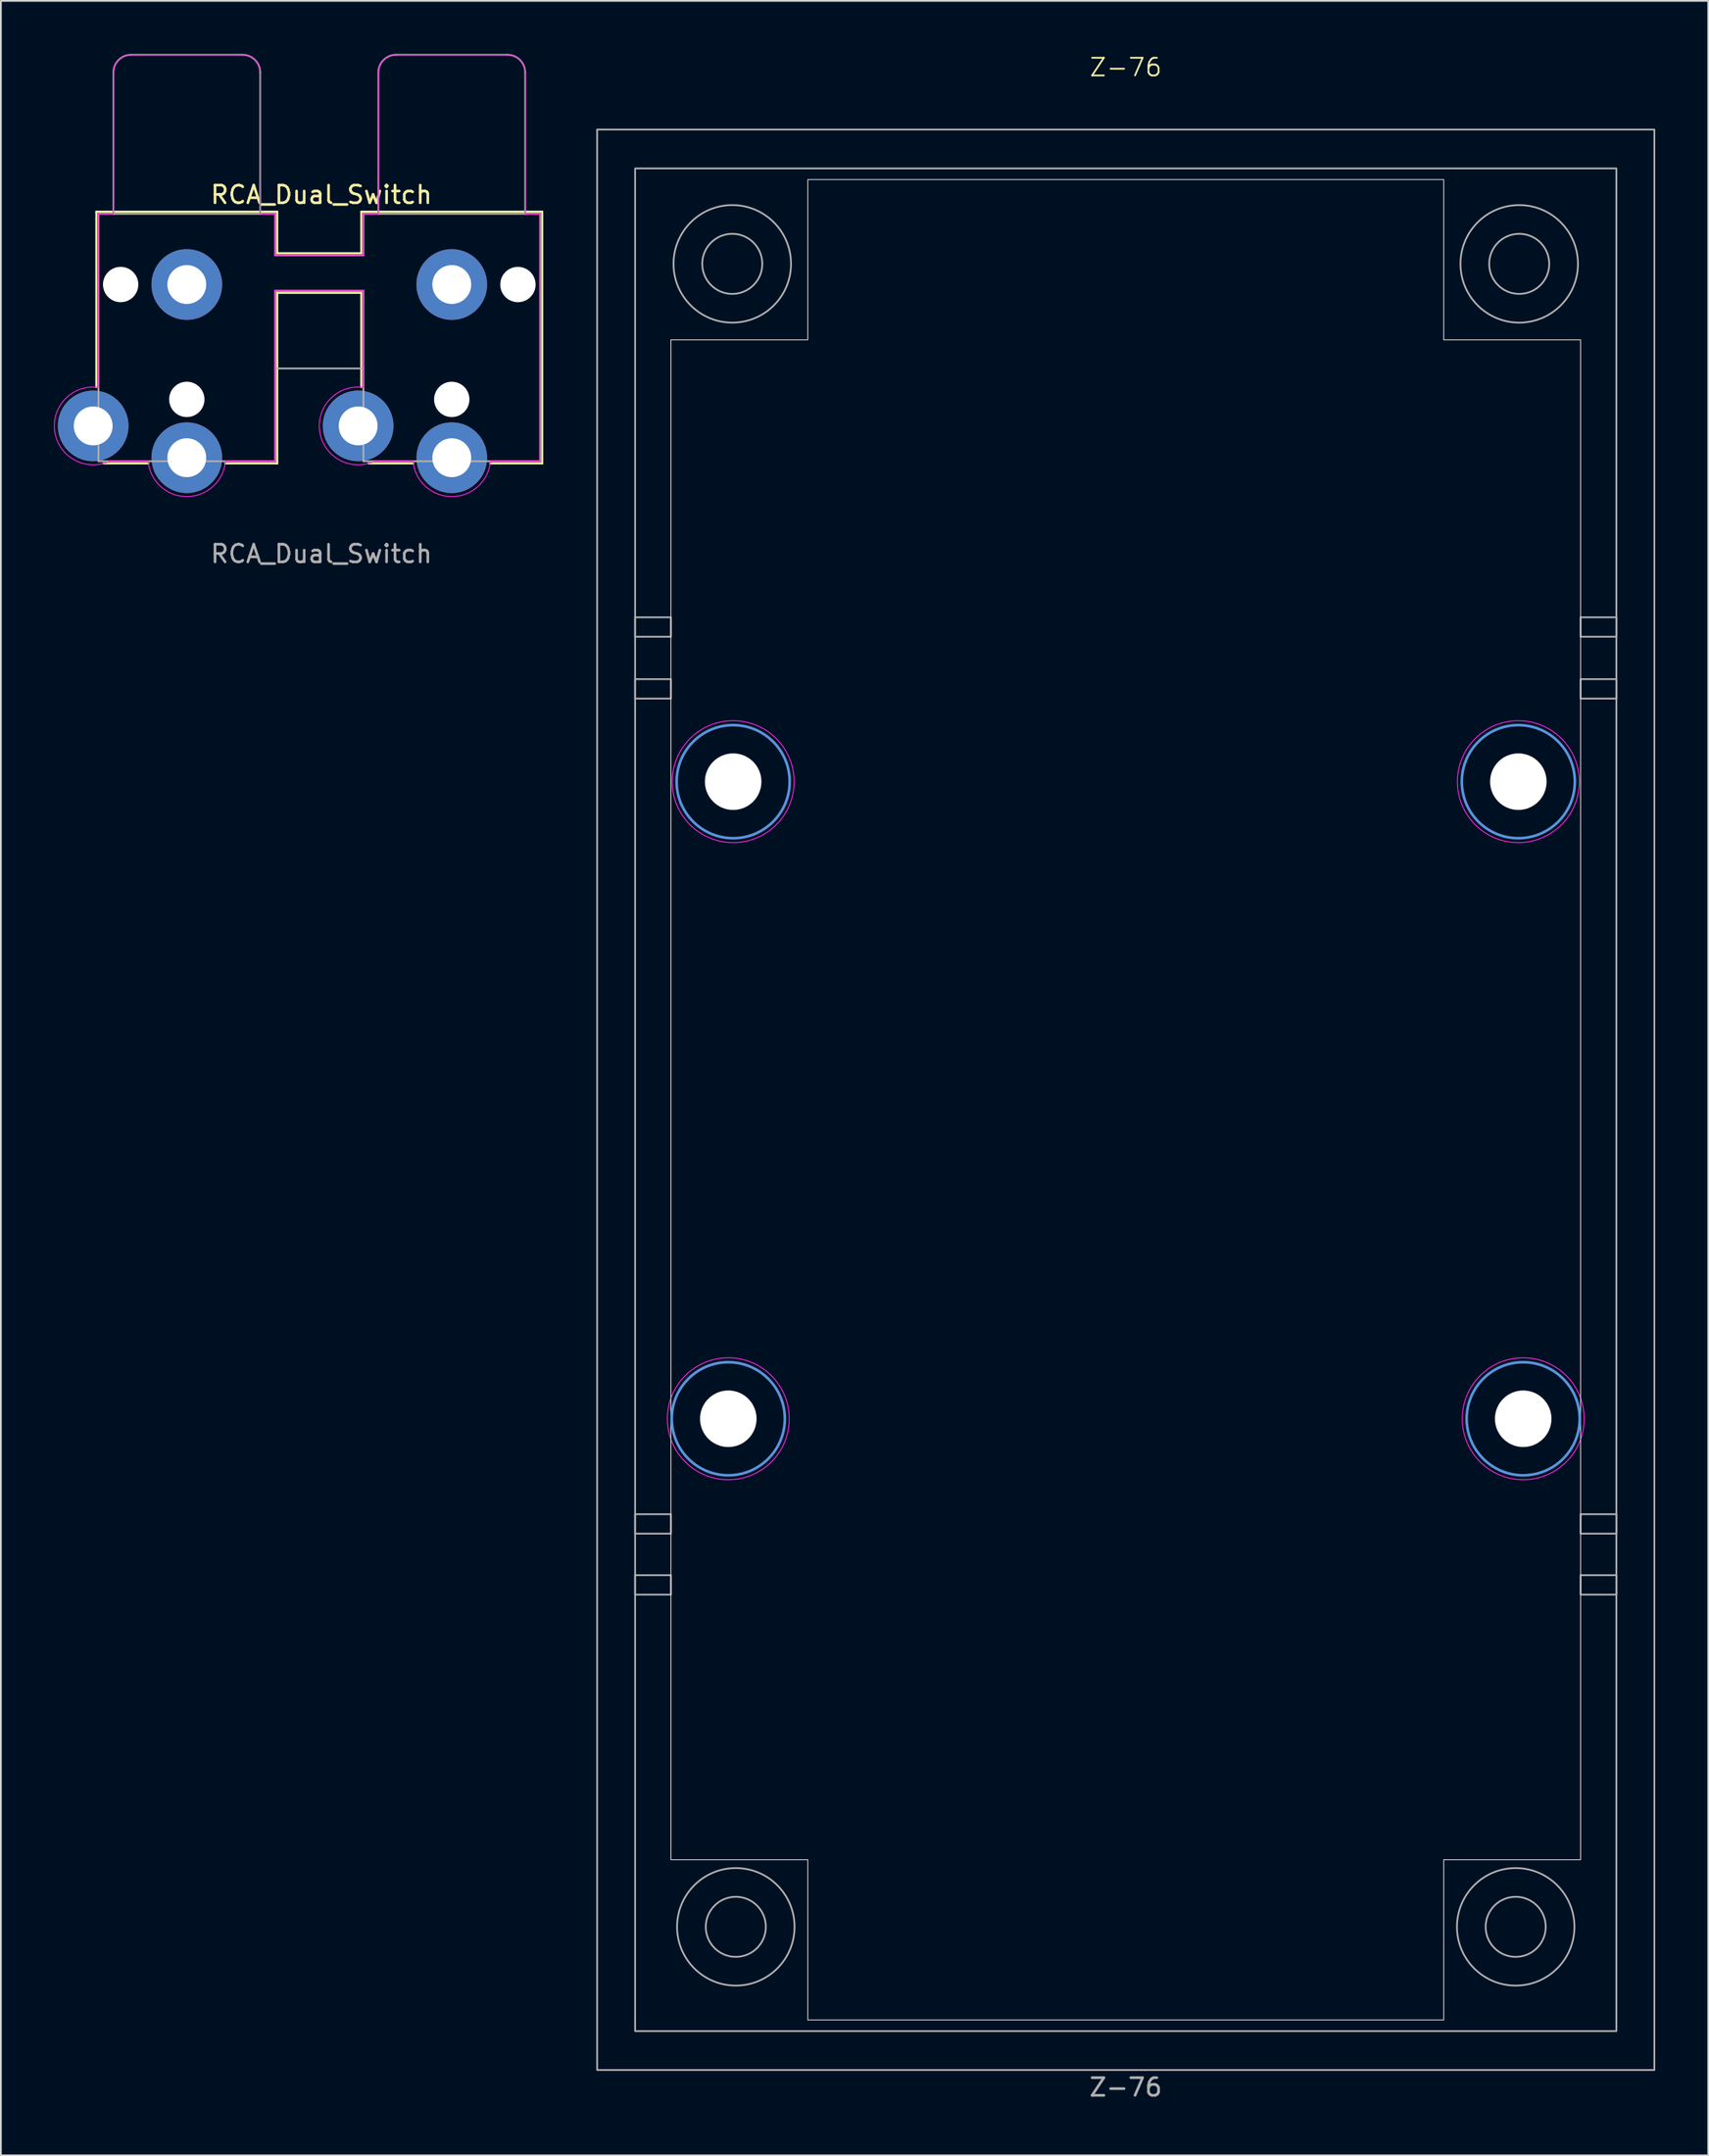
<source format=kicad_pcb>
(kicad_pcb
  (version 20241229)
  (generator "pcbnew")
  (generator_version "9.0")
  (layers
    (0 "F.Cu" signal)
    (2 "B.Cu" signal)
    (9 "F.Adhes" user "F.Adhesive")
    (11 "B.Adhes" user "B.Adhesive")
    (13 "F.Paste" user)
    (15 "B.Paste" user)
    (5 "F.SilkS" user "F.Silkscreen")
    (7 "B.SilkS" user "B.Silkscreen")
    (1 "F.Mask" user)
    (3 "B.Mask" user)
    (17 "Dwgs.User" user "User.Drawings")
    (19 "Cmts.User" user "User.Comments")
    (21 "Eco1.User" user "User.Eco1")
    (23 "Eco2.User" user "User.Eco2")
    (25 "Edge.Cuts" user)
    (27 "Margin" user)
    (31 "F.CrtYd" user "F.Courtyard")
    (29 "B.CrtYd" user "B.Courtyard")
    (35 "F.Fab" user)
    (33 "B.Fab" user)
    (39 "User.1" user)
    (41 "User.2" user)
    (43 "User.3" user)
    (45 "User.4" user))
  (footprint "Z-76"
    (layer "F.Cu")
    (at 60.68 59.181)
    (property "Reference" "Z-76" (at 0 -58.42 0) (unlocked yes) (layer "F.SilkS") (effects (font (size 1 1) (thickness 0.1))))
    (fp_circle (center -22.5 18.05) (end -19.3 18.05) (stroke (width 0.15) (type solid)) (fill no) (layer "Cmts.User"))
    (fp_circle (center -22.225 -18) (end -19.025 -18) (stroke (width 0.15) (type solid)) (fill no) (layer "Cmts.User"))
    (fp_circle (center 22.225 -18) (end 25.425 -18) (stroke (width 0.15) (type solid)) (fill no) (layer "Cmts.User"))
    (fp_circle (center 22.5 18.05) (end 25.7 18.05) (stroke (width 0.15) (type solid)) (fill no) (layer "Cmts.User"))
    (fp_poly (pts (xy 18 52.07) (xy 18 43) (xy 25.75 43) (xy 25.75 -43) (xy 18 -43) (xy 18 -52.07) (xy -18 -52.07) (xy -18 -43) (xy -25.75 -43) (xy -25.75 43) (xy -18 43) (xy -18 52.07)) (stroke (width 0.05) (type solid)) (fill no) (layer "Edge.Cuts"))
    (fp_circle (center -22.5 18.05) (end -19.05 18.05) (stroke (width 0.05) (type solid)) (fill no) (layer "F.CrtYd"))
    (fp_circle (center -22.225 -18) (end -18.775 -18) (stroke (width 0.05) (type solid)) (fill no) (layer "F.CrtYd"))
    (fp_circle (center 22.225 -18) (end 25.675 -18) (stroke (width 0.05) (type solid)) (fill no) (layer "F.CrtYd"))
    (fp_circle (center 22.5 18.05) (end 25.95 18.05) (stroke (width 0.05) (type solid)) (fill no) (layer "F.CrtYd"))
    (fp_rect (start -29.925 -54.9) (end 29.925 54.9) (stroke (width 0.1) (type default)) (fill no) (layer "F.Fab"))
    (fp_rect (start -27.775 -52.7) (end 27.775 52.7) (stroke (width 0.1) (type default)) (fill no) (layer "F.Fab"))
    (fp_rect (start -25.75 -27.3) (end -27.775 -26.2) (stroke (width 0.1) (type default)) (fill no) (layer "F.Fab"))
    (fp_rect (start -25.75 -23.8) (end -27.775 -22.7) (stroke (width 0.1) (type default)) (fill no) (layer "F.Fab"))
    (fp_rect (start -25.75 24.55) (end -27.775 23.45) (stroke (width 0.1) (type default)) (fill no) (layer "F.Fab"))
    (fp_rect (start -25.75 28) (end -27.775 26.9) (stroke (width 0.1) (type default)) (fill no) (layer "F.Fab"))
    (fp_rect (start 25.75 -27.3) (end 27.775 -26.2) (stroke (width 0.1) (type default)) (fill no) (layer "F.Fab"))
    (fp_rect (start 25.75 -23.8) (end 27.775 -22.7) (stroke (width 0.1) (type default)) (fill no) (layer "F.Fab"))
    (fp_rect (start 25.75 24.55) (end 27.775 23.45) (stroke (width 0.1) (type default)) (fill no) (layer "F.Fab"))
    (fp_rect (start 25.75 28) (end 27.775 26.9) (stroke (width 0.1) (type default)) (fill no) (layer "F.Fab"))
    (fp_circle (center -22.275 -47.3) (end -20.575 -47.3) (stroke (width 0.1) (type default)) (fill no) (layer "F.Fab"))
    (fp_circle (center -22.275 -47.3) (end -18.95 -47.3) (stroke (width 0.1) (type default)) (fill no) (layer "F.Fab"))
    (fp_circle (center -22.075 46.8) (end -20.375 46.8) (stroke (width 0.1) (type default)) (fill no) (layer "F.Fab"))
    (fp_circle (center -22.075 46.8) (end -18.75 46.8) (stroke (width 0.1) (type default)) (fill no) (layer "F.Fab"))
    (fp_circle (center 22.075 46.8) (end 23.775 46.8) (stroke (width 0.1) (type default)) (fill no) (layer "F.Fab"))
    (fp_circle (center 22.075 46.8) (end 25.4 46.8) (stroke (width 0.1) (type default)) (fill no) (layer "F.Fab"))
    (fp_circle (center 22.275 -47.3) (end 23.975 -47.3) (stroke (width 0.1) (type default)) (fill no) (layer "F.Fab"))
    (fp_circle (center 22.275 -47.3) (end 25.6 -47.3) (stroke (width 0.1) (type default)) (fill no) (layer "F.Fab"))
    (fp_text user "${REFERENCE}" (at 0 55.88 0) (unlocked yes) (layer "F.Fab") (effects (font (size 1 1) (thickness 0.15))))
    (pad "" np_thru_hole circle (at -22.5 18.05) (size 3.2 3.2) (drill 3.2) (layers "*.Cu" "*.Mask"))
    (pad "" np_thru_hole circle (at -22.225 -18) (size 3.2 3.2) (drill 3.2) (layers "*.Cu" "*.Mask"))
    (pad "" np_thru_hole circle (at 22.225 -18) (size 3.2 3.2) (drill 3.2) (layers "*.Cu" "*.Mask"))
    (pad "" np_thru_hole circle (at 22.5 18.05) (size 3.2 3.2) (drill 3.2) (layers "*.Cu" "*.Mask")))
  (footprint "RCA_Dual_Switch"
    (layer "F.Cu")
    (at 7.525 13.05)
    (property "Reference" "RCA_Dual_Switch" (at 7.62 -5.08 0) (unlocked yes) (layer "F.SilkS") (effects (font (size 1 1) (thickness 0.15))))
    (attr through_hole)
    (fp_line (start -5.12 -4.12) (end -5.12 5.807) (stroke (width 0.12) (type solid)) (layer "F.SilkS"))
    (fp_line (start -4.712 10.12) (end -2.177 10.12) (stroke (width 0.12) (type solid)) (layer "F.SilkS"))
    (fp_line (start 2.177 10.12) (end 5.12 10.12) (stroke (width 0.12) (type solid)) (layer "F.SilkS"))
    (fp_line (start 5.12 -4.12) (end -5.12 -4.12) (stroke (width 0.12) (type solid)) (layer "F.SilkS"))
    (fp_line (start 5.12 -1.77) (end 5.12 -4.12) (stroke (width 0.12) (type solid)) (layer "F.SilkS"))
    (fp_line (start 5.12 0.47) (end 9.88 0.47) (stroke (width 0.12) (type solid)) (layer "F.SilkS"))
    (fp_line (start 5.12 10.12) (end 5.12 0.47) (stroke (width 0.12) (type solid)) (layer "F.SilkS"))
    (fp_line (start 9.88 -4.12) (end 9.88 -1.77) (stroke (width 0.12) (type solid)) (layer "F.SilkS"))
    (fp_line (start 9.88 -1.77) (end 5.12 -1.77) (stroke (width 0.12) (type solid)) (layer "F.SilkS"))
    (fp_line (start 9.88 0.47) (end 9.88 5.807) (stroke (width 0.12) (type solid)) (layer "F.SilkS"))
    (fp_line (start 10.288 10.12) (end 12.823 10.12) (stroke (width 0.12) (type solid)) (layer "F.SilkS"))
    (fp_line (start 17.177 10.12) (end 20.12 10.12) (stroke (width 0.12) (type solid)) (layer "F.SilkS"))
    (fp_line (start 20.12 -4.12) (end 9.88 -4.12) (stroke (width 0.12) (type solid)) (layer "F.SilkS"))
    (fp_line (start 20.12 10.12) (end 20.12 -4.12) (stroke (width 0.12) (type solid)) (layer "F.SilkS"))
    (fp_line (start -5 -4) (end -5 5.821) (stroke (width 0.05) (type solid)) (layer "F.CrtYd"))
    (fp_line (start -4.383 10) (end -2.191 10) (stroke (width 0.05) (type solid)) (layer "F.CrtYd"))
    (fp_line (start -4.155 -12) (end -4.155 -4) (stroke (width 0.05) (type solid)) (layer "F.CrtYd"))
    (fp_line (start -4.155 -4) (end -5 -4) (stroke (width 0.05) (type solid)) (layer "F.CrtYd"))
    (fp_line (start 2.191 10) (end 5 10) (stroke (width 0.05) (type solid)) (layer "F.CrtYd"))
    (fp_line (start 3.155 -13) (end -3.155 -13) (stroke (width 0.05) (type solid)) (layer "F.CrtYd"))
    (fp_line (start 4.155 -4) (end 4.155 -12) (stroke (width 0.05) (type solid)) (layer "F.CrtYd"))
    (fp_line (start 5 -4) (end 4.155 -4) (stroke (width 0.05) (type solid)) (layer "F.CrtYd"))
    (fp_line (start 5 -1.65) (end 5 -4) (stroke (width 0.05) (type solid)) (layer "F.CrtYd"))
    (fp_line (start 5 0.35) (end 10 0.35) (stroke (width 0.05) (type solid)) (layer "F.CrtYd"))
    (fp_line (start 5 10) (end 5 0.35) (stroke (width 0.05) (type solid)) (layer "F.CrtYd"))
    (fp_line (start 10 -4) (end 10 -1.65) (stroke (width 0.05) (type solid)) (layer "F.CrtYd"))
    (fp_line (start 10 -1.65) (end 5 -1.65) (stroke (width 0.05) (type solid)) (layer "F.CrtYd"))
    (fp_line (start 10 0.35) (end 10 5.821) (stroke (width 0.05) (type solid)) (layer "F.CrtYd"))
    (fp_line (start 10.617 10) (end 12.809 10) (stroke (width 0.05) (type solid)) (layer "F.CrtYd"))
    (fp_line (start 10.845 -12) (end 10.845 -4) (stroke (width 0.05) (type solid)) (layer "F.CrtYd"))
    (fp_line (start 10.845 -4) (end 10 -4) (stroke (width 0.05) (type solid)) (layer "F.CrtYd"))
    (fp_line (start 17.191 10) (end 20 10) (stroke (width 0.05) (type solid)) (layer "F.CrtYd"))
    (fp_line (start 18.155 -13) (end 11.845 -13) (stroke (width 0.05) (type solid)) (layer "F.CrtYd"))
    (fp_line (start 19.155 -4) (end 19.155 -12) (stroke (width 0.05) (type solid)) (layer "F.CrtYd"))
    (fp_line (start 20 -4) (end 19.155 -4) (stroke (width 0.05) (type solid)) (layer "F.CrtYd"))
    (fp_line (start 20 10) (end 20 -4) (stroke (width 0.05) (type solid)) (layer "F.CrtYd"))
    (fp_arc (start -4.383485 10) (mid -7.476448 8.32105) (end -5 5.820551) (stroke (width 0.05) (type solid)) (layer "F.CrtYd"))
    (fp_arc (start -4.155 -12) (mid -3.862107 -12.707107) (end -3.155 -13) (stroke (width 0.05) (type solid)) (layer "F.CrtYd"))
    (fp_arc (start 2.19089 10) (mid 0 12) (end -2.19089 10) (stroke (width 0.05) (type solid)) (layer "F.CrtYd"))
    (fp_arc (start 3.155 -13) (mid 3.862107 -12.707107) (end 4.155 -12) (stroke (width 0.05) (type solid)) (layer "F.CrtYd"))
    (fp_arc (start 10.616515 10) (mid 7.523552 8.32105) (end 10 5.820551) (stroke (width 0.05) (type solid)) (layer "F.CrtYd"))
    (fp_arc (start 10.845 -12) (mid 11.137893 -12.707107) (end 11.845 -13) (stroke (width 0.05) (type solid)) (layer "F.CrtYd"))
    (fp_arc (start 17.19089 10) (mid 15 12) (end 12.80911 10) (stroke (width 0.05) (type solid)) (layer "F.CrtYd"))
    (fp_arc (start 18.155 -13) (mid 18.862107 -12.707107) (end 19.155 -12) (stroke (width 0.05) (type solid)) (layer "F.CrtYd"))
    (fp_line (start -5 -4) (end -5 10) (stroke (width 0.1) (type solid)) (layer "F.Fab"))
    (fp_line (start -5 10) (end 5 10) (stroke (width 0.1) (type solid)) (layer "F.Fab"))
    (fp_line (start -4.155 -12) (end -4.155 -4) (stroke (width 0.1) (type solid)) (layer "F.Fab"))
    (fp_line (start 3.155 -13) (end -3.155 -13) (stroke (width 0.1) (type solid)) (layer "F.Fab"))
    (fp_line (start 4.155 -4) (end 4.155 -12) (stroke (width 0.1) (type solid)) (layer "F.Fab"))
    (fp_line (start 5 -4) (end -5 -4) (stroke (width 0.1) (type solid)) (layer "F.Fab"))
    (fp_line (start 5 -1.65) (end 5 -4) (stroke (width 0.1) (type solid)) (layer "F.Fab"))
    (fp_line (start 5 0.35) (end 10 0.35) (stroke (width 0.1) (type solid)) (layer "F.Fab"))
    (fp_line (start 5 4.75) (end 10 4.75) (stroke (width 0.1) (type solid)) (layer "F.Fab"))
    (fp_line (start 5 10) (end 5 0.35) (stroke (width 0.1) (type solid)) (layer "F.Fab"))
    (fp_line (start 10 -4) (end 10 -1.65) (stroke (width 0.1) (type solid)) (layer "F.Fab"))
    (fp_line (start 10 -1.65) (end 5 -1.65) (stroke (width 0.1) (type solid)) (layer "F.Fab"))
    (fp_line (start 10 0.35) (end 10 10) (stroke (width 0.1) (type solid)) (layer "F.Fab"))
    (fp_line (start 10 10) (end 20 10) (stroke (width 0.1) (type solid)) (layer "F.Fab"))
    (fp_line (start 10.845 -12) (end 10.845 -4) (stroke (width 0.1) (type solid)) (layer "F.Fab"))
    (fp_line (start 18.155 -13) (end 11.845 -13) (stroke (width 0.1) (type solid)) (layer "F.Fab"))
    (fp_line (start 19.155 -4) (end 19.155 -12) (stroke (width 0.1) (type solid)) (layer "F.Fab"))
    (fp_line (start 20 -4) (end 10 -4) (stroke (width 0.1) (type solid)) (layer "F.Fab"))
    (fp_line (start 20 10) (end 20 -4) (stroke (width 0.1) (type solid)) (layer "F.Fab"))
    (fp_arc (start -4.155 -12) (mid -3.862107 -12.707107) (end -3.155 -13) (stroke (width 0.1) (type solid)) (layer "F.Fab"))
    (fp_arc (start 3.155 -13) (mid 3.862107 -12.707107) (end 4.155 -12) (stroke (width 0.1) (type solid)) (layer "F.Fab"))
    (fp_arc (start 10.845 -12) (mid 11.137893 -12.707107) (end 11.845 -13) (stroke (width 0.1) (type solid)) (layer "F.Fab"))
    (fp_arc (start 18.155 -13) (mid 18.862107 -12.707107) (end 19.155 -12) (stroke (width 0.1) (type solid)) (layer "F.Fab"))
    (fp_text user "${REFERENCE}" (at 7.62 15.24 0) (unlocked yes) (layer "F.Fab") (effects (font (size 1 1) (thickness 0.15))))
    (pad "" np_thru_hole circle (at -3.745 0) (size 2 2) (drill 2) (layers "*.Cu" "*.Mask"))
    (pad "" np_thru_hole circle (at 0 6.5) (size 2 2) (drill 2) (layers "*.Cu" "*.Mask"))
    (pad "" np_thru_hole circle (at 15 6.5) (size 2 2) (drill 2) (layers "*.Cu" "*.Mask"))
    (pad "" np_thru_hole circle (at 18.745 0) (size 2 2) (drill 2) (layers "*.Cu" "*.Mask"))
    (pad "1" thru_hole circle (at 15 9.8) (size 4 4) (drill 2.2) (layers "*.Cu" "*.Mask"))
    (pad "2" thru_hole circle (at 15 0) (size 4 4) (drill 2.2) (layers "*.Cu" "*.Mask"))
    (pad "3" thru_hole circle (at 0 9.8) (size 4 4) (drill 2.2) (layers "*.Cu" "*.Mask"))
    (pad "4" thru_hole circle (at 0 0) (size 4 4) (drill 2.2) (layers "*.Cu" "*.Mask"))
    (pad "S1" thru_hole circle (at 9.7 8) (size 4 4) (drill 2.2) (layers "*.Cu" "*.Mask"))
    (pad "S2" thru_hole circle (at -5.3 8) (size 4 4) (drill 2.2) (layers "*.Cu" "*.Mask")))
  (gr_rect
    (start -3 -3)
    (end 93.655 118.909)
    (stroke (width 0.1) (type default))
    (fill no)
    (layer "Edge.Cuts")))
</source>
